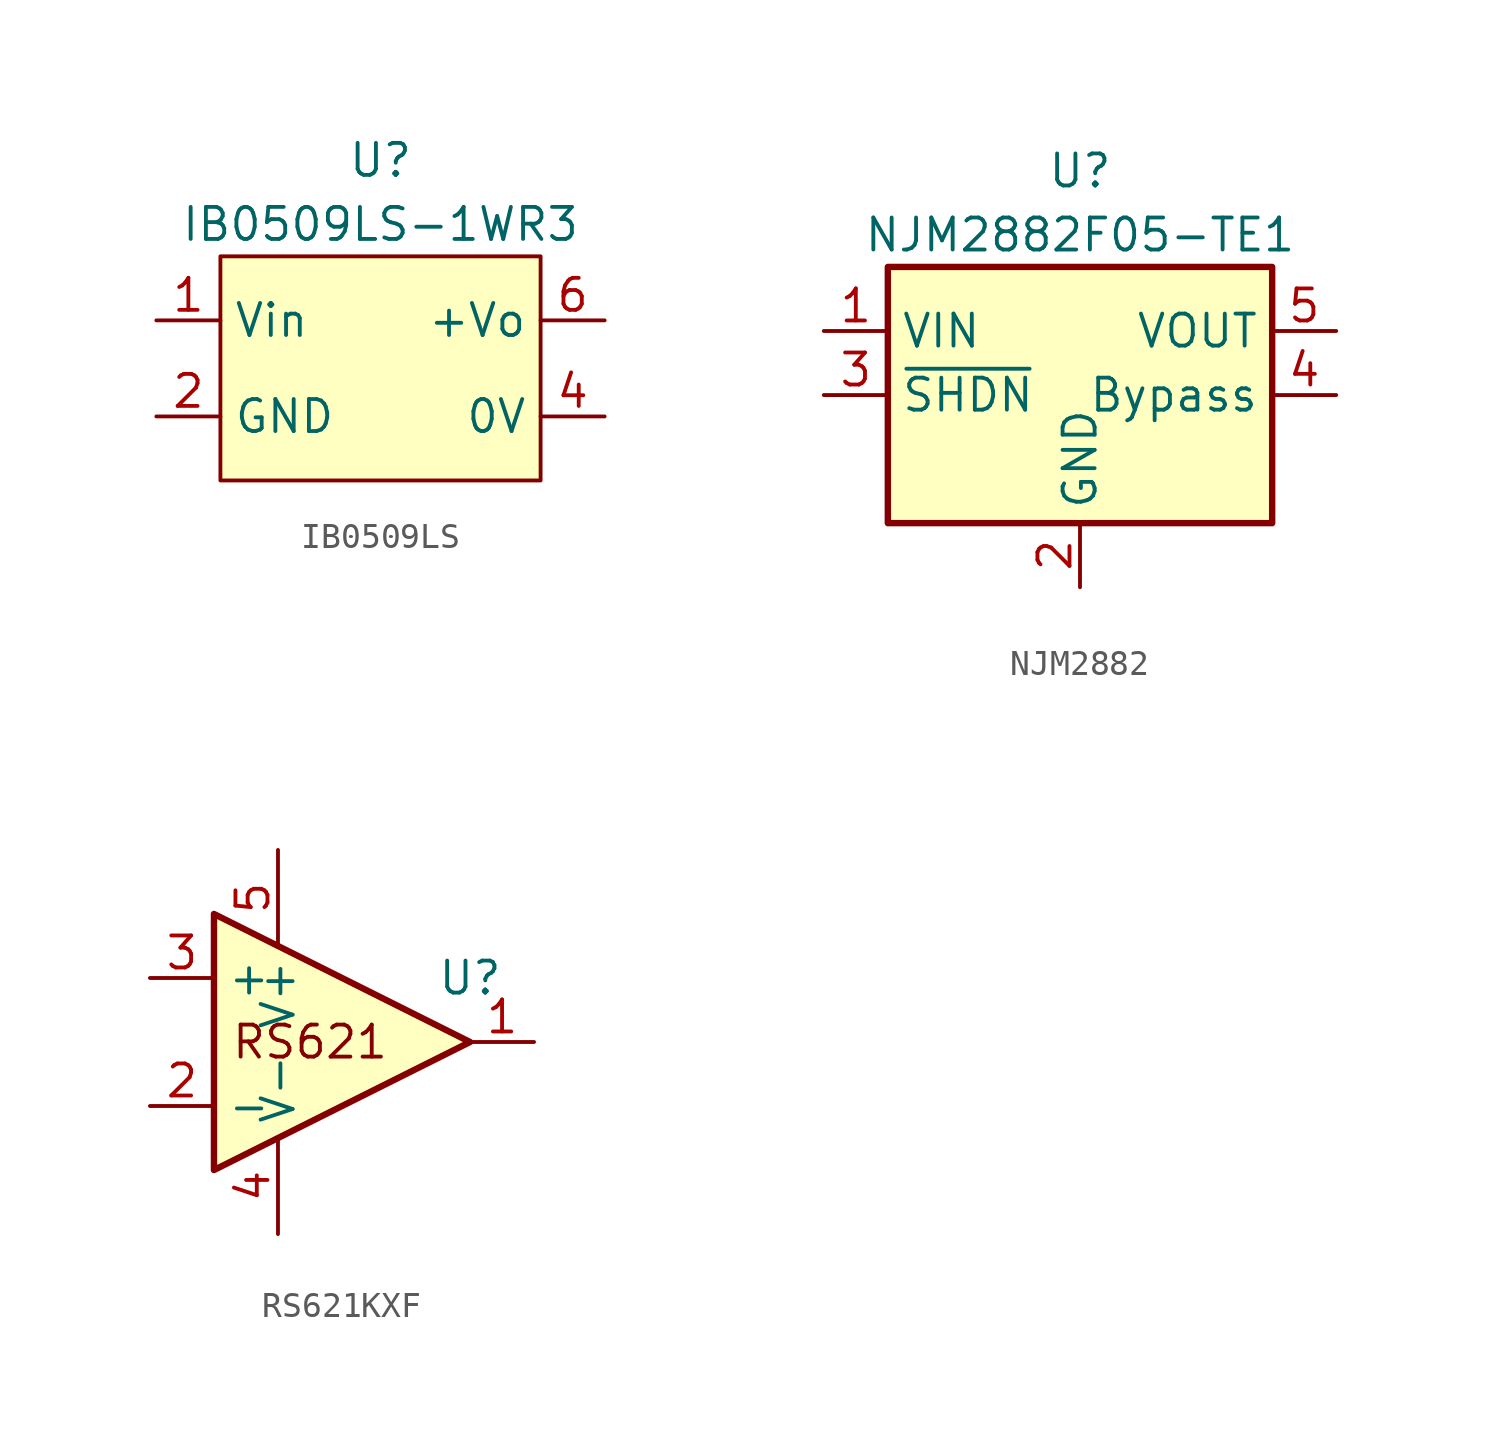
<source format=kicad_sym>
(kicad_symbol_lib
  (version 20220914)
  (generator kicad_symbol_editor)
  (symbol "IB0509LS"
    (property "Reference" "U"
      (at 0 2.54 0)
      (effects (font (size 1.27 1.27))))
    (property "Value" "IB0509LS-1WR3"
      (at 0 0 0)
      (effects (font (size 1.27 1.27))))
    (symbol "IB0509LS_1_1"
      (rectangle (start -6.35 -1.27) (end 6.35 -10.16) (stroke (width 0) (type default)) (fill (type background)))
      (pin power_in line (at -8.89 -3.81 0) (length 2.54) (name "Vin" (effects (font (size 1.27 1.27)))) (number "1" (effects (font (size 1.27 1.27)))))
      (pin power_in line (at -8.89 -7.62 0) (length 2.54) (name "GND" (effects (font (size 1.27 1.27)))) (number "2" (effects (font (size 1.27 1.27)))))
      (pin power_out line (at 8.89 -7.62 180) (length 2.54) (name "0V" (effects (font (size 1.27 1.27)))) (number "4" (effects (font (size 1.27 1.27)))))
      (pin power_out line (at 8.89 -3.81 180) (length 2.54) (name "+Vo" (effects (font (size 1.27 1.27)))) (number "6" (effects (font (size 1.27 1.27)))))))
  (symbol "NJM2882"
    (property "Reference" "U"
      (at 0 1.27 0)
      (effects (font (size 1.27 1.27))))
    (property "Value" "NJM2882F05-TE1"
      (at 0 -1.27 0)
      (effects (font (size 1.27 1.27))))
    (property "Datasheet" ""
      (at 0 0 0)
      (effects (font (size 1.27 1.27))))
    (symbol "NJM2882_0_1"
      (rectangle (start -7.62 -2.54) (end 7.62 -12.7) (stroke (width 0.254) (type default)) (fill (type background))))
    (symbol "NJM2882_1_1"
      (pin power_in line (at -10.16 -5.08 0) (length 2.54) (name "VIN" (effects (font (size 1.27 1.27)))) (number "1" (effects (font (size 1.27 1.27)))))
      (pin power_in line (at 0 -15.24 90) (length 2.54) (name "GND" (effects (font (size 1.27 1.27)))) (number "2" (effects (font (size 1.27 1.27)))))
      (pin input line (at -10.16 -7.62 0) (length 2.54) (name "~{SHDN}" (effects (font (size 1.27 1.27)))) (number "3" (effects (font (size 1.27 1.27)))))
      (pin passive line (at 10.16 -7.62 180) (length 2.54) (name "Bypass" (effects (font (size 1.27 1.27)))) (number "4" (effects (font (size 1.27 1.27)))))
      (pin power_out line (at 10.16 -5.08 180) (length 2.54) (name "VOUT" (effects (font (size 1.27 1.27)))) (number "5" (effects (font (size 1.27 1.27)))))))
  (symbol "RS621KXF"
    (property "Reference" "U"
      (at 0 0 0)
      (effects (font (size 1.27 1.27))))
    (property "Value" ""
      (at 0 0 0)
      (effects (font (size 1.27 1.27))))
    (symbol "RS621KXF_0_1"
      (polyline (pts (xy -10.16 2.54) (xy 0 -2.54) (xy -10.16 -7.62) (xy -10.16 2.54)) (stroke (width 0.254) (type default)) (fill (type background))))
    (symbol "RS621KXF_1_1"
      (text "RS621" (at -6.35 -2.54 0) (effects (font (size 1.27 1.27))))
      (pin output line (at 2.54 -2.54 180) (length 2.54) (name "~" (effects (font (size 1.27 1.27)))) (number "1" (effects (font (size 1.27 1.27)))))
      (pin input line (at -12.7 -5.08 0) (length 2.54) (name "-" (effects (font (size 1.27 1.27)))) (number "2" (effects (font (size 1.27 1.27)))))
      (pin input line (at -12.7 0 0) (length 2.54) (name "+" (effects (font (size 1.27 1.27)))) (number "3" (effects (font (size 1.27 1.27)))))
      (pin power_in line (at -7.62 -10.16 90) (length 3.81) (name "V-" (effects (font (size 1.27 1.27)))) (number "4" (effects (font (size 1.27 1.27)))))
      (pin power_in line (at -7.62 5.08 270) (length 3.81) (name "V+" (effects (font (size 1.27 1.27)))) (number "5" (effects (font (size 1.27 1.27))))))))
</source>
